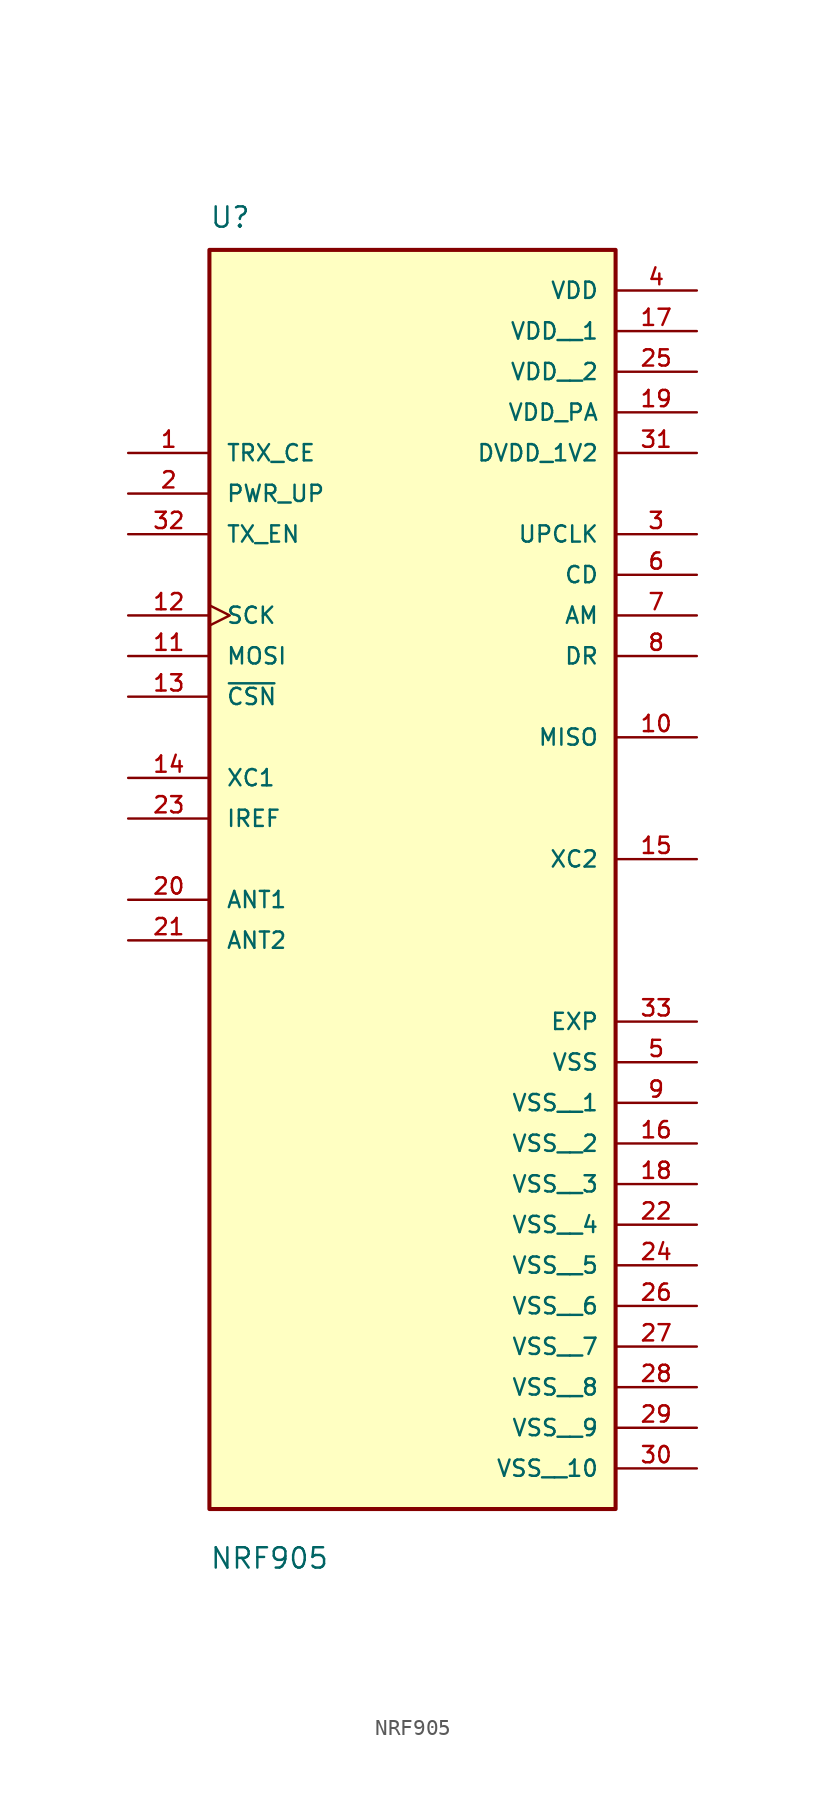
<source format=kicad_sym>
(kicad_symbol_lib
  (version 20231120)
  (generator "kicad_symbol_editor")
  (generator_version "8.0")
  (symbol "NRF905"
    (pin_names
      (offset 1.016))
    (property "Reference" "U"
      (at -12.709 24.148 0)
      (effects (font (size 1.27 1.27)) (justify left bottom)))
    (property "Value" "NRF905"
      (at -12.706 -59.704 0)
      (effects (font (size 1.27 1.27)) (justify left bottom)))
    (symbol "NRF905_0_0"
      (rectangle (start -12.7 -55.88) (end 12.7 22.86) (stroke (width 0.254) (type default)) (fill (type background)))
      (pin input line (at -17.78 10.16 0) (length 5.08) (name "TRX_CE" (effects (font (size 1.016 1.016)))) (number "1" (effects (font (size 1.016 1.016)))))
      (pin output line (at 17.78 -7.62 180) (length 5.08) (name "MISO" (effects (font (size 1.016 1.016)))) (number "10" (effects (font (size 1.016 1.016)))))
      (pin input line (at -17.78 -2.54 0) (length 5.08) (name "MOSI" (effects (font (size 1.016 1.016)))) (number "11" (effects (font (size 1.016 1.016)))))
      (pin input clock (at -17.78 0 0) (length 5.08) (name "SCK" (effects (font (size 1.016 1.016)))) (number "12" (effects (font (size 1.016 1.016)))))
      (pin input line (at -17.78 -5.08 0) (length 5.08) (name "~{CSN}" (effects (font (size 1.016 1.016)))) (number "13" (effects (font (size 1.016 1.016)))))
      (pin input line (at -17.78 -10.16 0) (length 5.08) (name "XC1" (effects (font (size 1.016 1.016)))) (number "14" (effects (font (size 1.016 1.016)))))
      (pin output line (at 17.78 -15.24 180) (length 5.08) (name "XC2" (effects (font (size 1.016 1.016)))) (number "15" (effects (font (size 1.016 1.016)))))
      (pin power_in line (at 17.78 -33.02 180) (length 5.08) (name "VSS__2" (effects (font (size 1.016 1.016)))) (number "16" (effects (font (size 1.016 1.016)))))
      (pin power_in line (at 17.78 17.78 180) (length 5.08) (name "VDD__1" (effects (font (size 1.016 1.016)))) (number "17" (effects (font (size 1.016 1.016)))))
      (pin power_in line (at 17.78 -35.56 180) (length 5.08) (name "VSS__3" (effects (font (size 1.016 1.016)))) (number "18" (effects (font (size 1.016 1.016)))))
      (pin power_in line (at 17.78 12.7 180) (length 5.08) (name "VDD_PA" (effects (font (size 1.016 1.016)))) (number "19" (effects (font (size 1.016 1.016)))))
      (pin input line (at -17.78 7.62 0) (length 5.08) (name "PWR_UP" (effects (font (size 1.016 1.016)))) (number "2" (effects (font (size 1.016 1.016)))))
      (pin passive line (at -17.78 -17.78 0) (length 5.08) (name "ANT1" (effects (font (size 1.016 1.016)))) (number "20" (effects (font (size 1.016 1.016)))))
      (pin passive line (at -17.78 -20.32 0) (length 5.08) (name "ANT2" (effects (font (size 1.016 1.016)))) (number "21" (effects (font (size 1.016 1.016)))))
      (pin power_in line (at 17.78 -38.1 180) (length 5.08) (name "VSS__4" (effects (font (size 1.016 1.016)))) (number "22" (effects (font (size 1.016 1.016)))))
      (pin input line (at -17.78 -12.7 0) (length 5.08) (name "IREF" (effects (font (size 1.016 1.016)))) (number "23" (effects (font (size 1.016 1.016)))))
      (pin power_in line (at 17.78 -40.64 180) (length 5.08) (name "VSS__5" (effects (font (size 1.016 1.016)))) (number "24" (effects (font (size 1.016 1.016)))))
      (pin power_in line (at 17.78 15.24 180) (length 5.08) (name "VDD__2" (effects (font (size 1.016 1.016)))) (number "25" (effects (font (size 1.016 1.016)))))
      (pin power_in line (at 17.78 -43.18 180) (length 5.08) (name "VSS__6" (effects (font (size 1.016 1.016)))) (number "26" (effects (font (size 1.016 1.016)))))
      (pin power_in line (at 17.78 -45.72 180) (length 5.08) (name "VSS__7" (effects (font (size 1.016 1.016)))) (number "27" (effects (font (size 1.016 1.016)))))
      (pin power_in line (at 17.78 -48.26 180) (length 5.08) (name "VSS__8" (effects (font (size 1.016 1.016)))) (number "28" (effects (font (size 1.016 1.016)))))
      (pin power_in line (at 17.78 -50.8 180) (length 5.08) (name "VSS__9" (effects (font (size 1.016 1.016)))) (number "29" (effects (font (size 1.016 1.016)))))
      (pin output line (at 17.78 5.08 180) (length 5.08) (name "UPCLK" (effects (font (size 1.016 1.016)))) (number "3" (effects (font (size 1.016 1.016)))))
      (pin power_in line (at 17.78 -53.34 180) (length 5.08) (name "VSS__10" (effects (font (size 1.016 1.016)))) (number "30" (effects (font (size 1.016 1.016)))))
      (pin power_in line (at 17.78 10.16 180) (length 5.08) (name "DVDD_1V2" (effects (font (size 1.016 1.016)))) (number "31" (effects (font (size 1.016 1.016)))))
      (pin input line (at -17.78 5.08 0) (length 5.08) (name "TX_EN" (effects (font (size 1.016 1.016)))) (number "32" (effects (font (size 1.016 1.016)))))
      (pin power_in line (at 17.78 -25.4 180) (length 5.08) (name "EXP" (effects (font (size 1.016 1.016)))) (number "33" (effects (font (size 1.016 1.016)))))
      (pin power_in line (at 17.78 20.32 180) (length 5.08) (name "VDD" (effects (font (size 1.016 1.016)))) (number "4" (effects (font (size 1.016 1.016)))))
      (pin power_in line (at 17.78 -27.94 180) (length 5.08) (name "VSS" (effects (font (size 1.016 1.016)))) (number "5" (effects (font (size 1.016 1.016)))))
      (pin output line (at 17.78 2.54 180) (length 5.08) (name "CD" (effects (font (size 1.016 1.016)))) (number "6" (effects (font (size 1.016 1.016)))))
      (pin output line (at 17.78 0 180) (length 5.08) (name "AM" (effects (font (size 1.016 1.016)))) (number "7" (effects (font (size 1.016 1.016)))))
      (pin output line (at 17.78 -2.54 180) (length 5.08) (name "DR" (effects (font (size 1.016 1.016)))) (number "8" (effects (font (size 1.016 1.016)))))
      (pin power_in line (at 17.78 -30.48 180) (length 5.08) (name "VSS__1" (effects (font (size 1.016 1.016)))) (number "9" (effects (font (size 1.016 1.016))))))))
</source>
